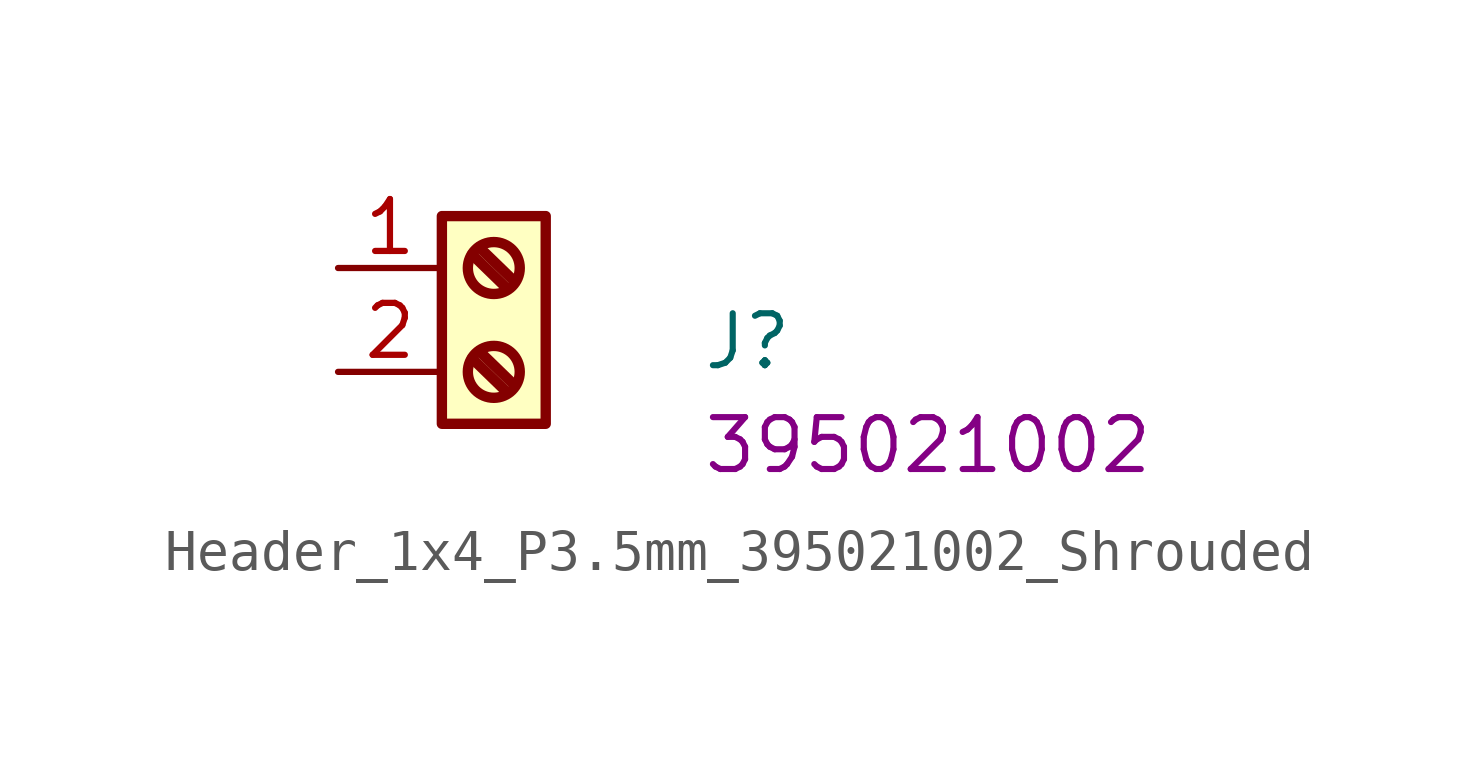
<source format=kicad_sym>
(kicad_symbol_lib
  (version 20220914)
  (generator kicad_symbol_editor)
  (symbol "Header_1x4_P3.5mm_395021002_Shrouded"
    (property "Reference" "J"
      (at 8.89 -2.54 0)
      (effects (font (size 1.27 1.27) (thickness 0.15)) (justify left bottom)))
    (property "MPN" "395021002"
      (at 8.89 -5.08 0)
      (effects (font (size 1.27 1.27) (thickness 0.15)) (justify left bottom)))
    (symbol "Header_1x4_P3.5mm_395021002_Shrouded_1_1"
      (polyline (pts (xy 3.277 -2.21) (xy 4.14 -3.048)) (stroke (width 0.254) (type default)) (fill (type background)))
      (polyline (pts (xy 3.277 0.33) (xy 4.14 -0.508)) (stroke (width 0.254) (type default)) (fill (type background)))
      (polyline (pts (xy 3.454 -2.032) (xy 4.318 -2.87)) (stroke (width 0.254) (type default)) (fill (type background)))
      (polyline (pts (xy 3.454 0.508) (xy 4.318 -0.33)) (stroke (width 0.254) (type default)) (fill (type background)))
      (rectangle (start 2.54 1.27) (end 5.08 -3.81) (stroke (width 0.254) (type default)) (fill (type background)))
      (circle (center 3.81 -2.54) (radius 0.635) (stroke (width 0.254) (type default)) (fill (type background)))
      (circle (center 3.81 0) (radius 0.635) (stroke (width 0.254) (type default)) (fill (type background)))
      (pin passive line (at 0 0 0) (length 2.54) (name "~" (effects (font (size 1.27 1.27)))) (number "1" (effects (font (size 1.27 1.27)))))
      (pin passive line (at 0 -2.54 0) (length 2.54) (name "~" (effects (font (size 1.27 1.27)))) (number "2" (effects (font (size 1.27 1.27))))))))
</source>
